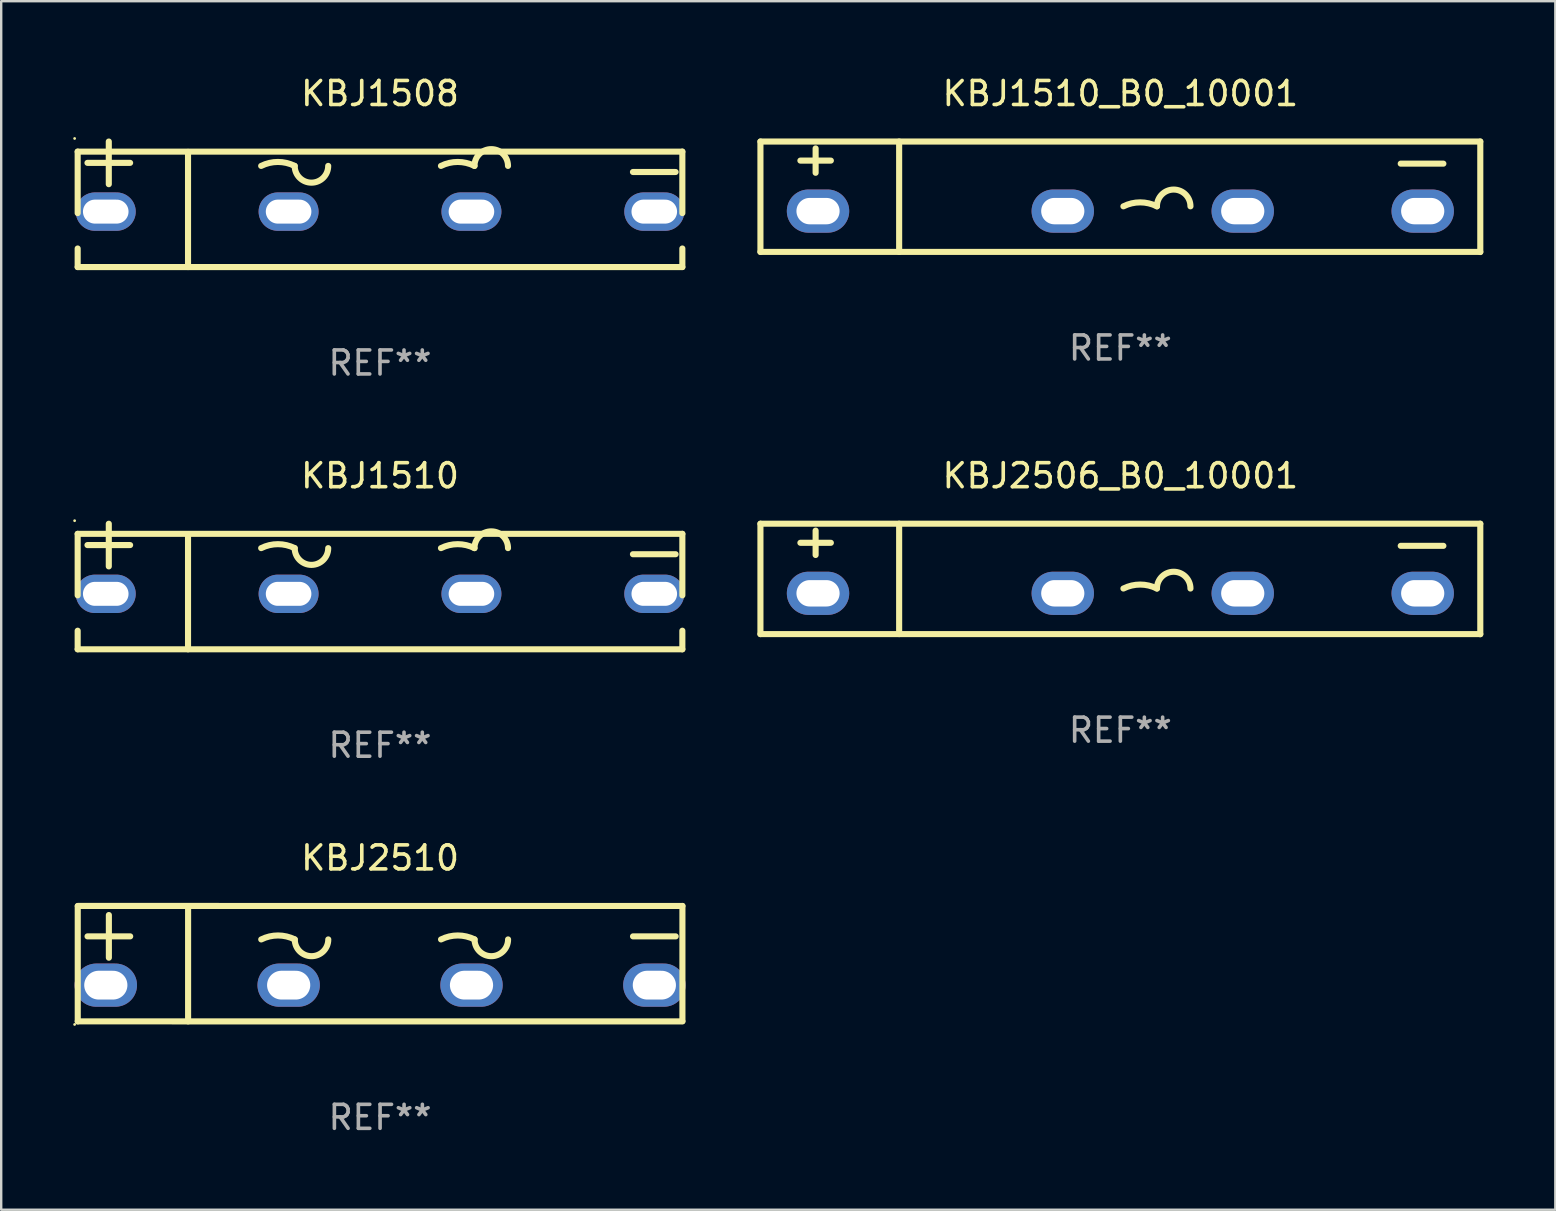
<source format=kicad_pcb>
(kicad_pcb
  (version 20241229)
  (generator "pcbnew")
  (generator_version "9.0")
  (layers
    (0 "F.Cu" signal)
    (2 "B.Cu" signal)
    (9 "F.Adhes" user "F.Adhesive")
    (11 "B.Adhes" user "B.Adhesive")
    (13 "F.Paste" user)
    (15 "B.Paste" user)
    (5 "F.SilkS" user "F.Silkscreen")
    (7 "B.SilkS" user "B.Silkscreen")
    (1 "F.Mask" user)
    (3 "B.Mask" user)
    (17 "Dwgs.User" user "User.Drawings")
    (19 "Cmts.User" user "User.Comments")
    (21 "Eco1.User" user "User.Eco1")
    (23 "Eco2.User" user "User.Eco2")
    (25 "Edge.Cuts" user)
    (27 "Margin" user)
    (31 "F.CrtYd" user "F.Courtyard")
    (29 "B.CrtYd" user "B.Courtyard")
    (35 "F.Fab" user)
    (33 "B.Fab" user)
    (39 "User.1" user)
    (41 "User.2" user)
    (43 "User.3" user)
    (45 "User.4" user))
  (footprint "KBJ1510_B0_10001"
    (layer "F.Cu")
    (at 43.641 5.151)
    (property "Reference" "KBJ1510_B0_10001" (at 0 -4.303 0) (layer "F.SilkS") (effects (font (size 1 1) (thickness 0.15))))
    (attr through_hole)
    (fp_line (start -15 -2.303) (end -15 2.297) (stroke (width 0.254) (type solid)) (layer "F.SilkS"))
    (fp_line (start -15 -2.303) (end 15 -2.303) (stroke (width 0.254) (type solid)) (layer "F.SilkS"))
    (fp_line (start -15 2.297) (end 15 2.297) (stroke (width 0.254) (type solid)) (layer "F.SilkS"))
    (fp_line (start -13.335 -1.508) (end -12.065 -1.508) (stroke (width 0.254) (type solid)) (layer "F.SilkS"))
    (fp_line (start -12.7 -1) (end -12.7 -2.016) (stroke (width 0.254) (type solid)) (layer "F.SilkS"))
    (fp_line (start -9.219 -2.303) (end -9.219 2.297) (stroke (width 0.254) (type solid)) (layer "F.SilkS"))
    (fp_line (start 11.684 -1.381) (end 13.462 -1.381) (stroke (width 0.254) (type solid)) (layer "F.SilkS"))
    (fp_line (start 15 -2.303) (end 15 2.303) (stroke (width 0.254) (type solid)) (layer "F.SilkS"))
    (fp_arc (start 0.127 0.397498) (mid 0.825502 0.232604) (end 1.524003 0.397498) (stroke (width 0.254001) (type solid)) (layer "F.SilkS"))
    (fp_arc (start 1.524002 0.397498) (mid 2.222504 -0.301004) (end 2.921006 0.397498) (stroke (width 0.254001) (type solid)) (layer "F.SilkS"))
    (fp_circle (center -15 -2.27) (end -14.97 -2.27) (stroke (width 0.06) (type solid)) (fill no) (layer "F.SilkS"))
    (fp_text user "REF**" (at 0 6.303 0) (layer "F.Fab") (effects (font (size 1 1) (thickness 0.15))))
    (pad "1" thru_hole oval (at -12.6 0.597 90) (size 1.8 2.6) (drill oval 1.1 1.8) (layers "*.Cu" "*.Mask"))
    (pad "2" thru_hole oval (at -2.4 0.597 90) (size 1.8 2.6) (drill oval 1.1 1.8) (layers "*.Cu" "*.Mask"))
    (pad "3" thru_hole oval (at 5.1 0.597 90) (size 1.8 2.6) (drill oval 1.1 1.8) (layers "*.Cu" "*.Mask"))
    (pad "4" thru_hole oval (at 12.6 0.597 90) (size 1.8 2.6) (drill oval 1.1 1.8) (layers "*.Cu" "*.Mask")))
  (footprint "KBJ2506_B0_10001"
    (layer "F.Cu")
    (at 43.641 21.079)
    (property "Reference" "KBJ2506_B0_10001" (at 0 -4.303 0) (layer "F.SilkS") (effects (font (size 1 1) (thickness 0.15))))
    (attr through_hole)
    (fp_line (start -15 -2.303) (end -15 2.297) (stroke (width 0.254) (type solid)) (layer "F.SilkS"))
    (fp_line (start -15 -2.303) (end 15 -2.303) (stroke (width 0.254) (type solid)) (layer "F.SilkS"))
    (fp_line (start -15 2.297) (end 15 2.297) (stroke (width 0.254) (type solid)) (layer "F.SilkS"))
    (fp_line (start -13.335 -1.508) (end -12.065 -1.508) (stroke (width 0.254) (type solid)) (layer "F.SilkS"))
    (fp_line (start -12.7 -1) (end -12.7 -2.016) (stroke (width 0.254) (type solid)) (layer "F.SilkS"))
    (fp_line (start -9.219 -2.303) (end -9.219 2.297) (stroke (width 0.254) (type solid)) (layer "F.SilkS"))
    (fp_line (start 11.684 -1.381) (end 13.462 -1.381) (stroke (width 0.254) (type solid)) (layer "F.SilkS"))
    (fp_line (start 15 -2.303) (end 15 2.303) (stroke (width 0.254) (type solid)) (layer "F.SilkS"))
    (fp_arc (start 0.127 0.397498) (mid 0.825502 0.232604) (end 1.524003 0.397498) (stroke (width 0.254001) (type solid)) (layer "F.SilkS"))
    (fp_arc (start 1.524002 0.397498) (mid 2.222504 -0.301004) (end 2.921006 0.397498) (stroke (width 0.254001) (type solid)) (layer "F.SilkS"))
    (fp_circle (center -15 -2.27) (end -14.97 -2.27) (stroke (width 0.06) (type solid)) (fill no) (layer "F.SilkS"))
    (fp_text user "REF**" (at 0 6.303 0) (layer "F.Fab") (effects (font (size 1 1) (thickness 0.15))))
    (pad "1" thru_hole oval (at -12.6 0.597 90) (size 1.8 2.6) (drill oval 1.1 1.8) (layers "*.Cu" "*.Mask"))
    (pad "2" thru_hole oval (at -2.4 0.597 90) (size 1.8 2.6) (drill oval 1.1 1.8) (layers "*.Cu" "*.Mask"))
    (pad "3" thru_hole oval (at 5.1 0.597 90) (size 1.8 2.6) (drill oval 1.1 1.8) (layers "*.Cu" "*.Mask"))
    (pad "4" thru_hole oval (at 12.6 0.597 90) (size 1.8 2.6) (drill oval 1.1 1.8) (layers "*.Cu" "*.Mask")))
  (footprint "KBJ1508"
    (layer "F.Cu")
    (at 12.787 5.464)
    (property "Reference" "KBJ1508" (at 0 -4.616 0) (layer "F.SilkS") (effects (font (size 1 1) (thickness 0.15))))
    (attr through_hole)
    (fp_line (start -12.6 -2.195) (end -12.6 0.368) (stroke (width 0.254) (type solid)) (layer "F.SilkS"))
    (fp_line (start -12.6 -2.195) (end 12.6 -2.195) (stroke (width 0.254) (type solid)) (layer "F.SilkS"))
    (fp_line (start -12.6 1.842) (end -12.6 2.616) (stroke (width 0.254) (type solid)) (layer "F.SilkS"))
    (fp_line (start -12.192 -1.727) (end -10.414 -1.727) (stroke (width 0.254) (type solid)) (layer "F.SilkS"))
    (fp_line (start -11.303 -0.838) (end -11.303 -2.616) (stroke (width 0.254) (type solid)) (layer "F.SilkS"))
    (fp_line (start -8.001 2.616) (end -8.001 -2.184) (stroke (width 0.254) (type solid)) (layer "F.SilkS"))
    (fp_line (start 10.541 -1.346) (end 12.319 -1.346) (stroke (width 0.254) (type solid)) (layer "F.SilkS"))
    (fp_line (start 12.6 -2.195) (end 12.6 0.368) (stroke (width 0.254) (type solid)) (layer "F.SilkS"))
    (fp_line (start 12.6 1.842) (end 12.6 2.616) (stroke (width 0.254) (type solid)) (layer "F.SilkS"))
    (fp_line (start 12.6 2.616) (end -12.6 2.616) (stroke (width 0.254) (type solid)) (layer "F.SilkS"))
    (fp_arc (start -4.95301 -1.600025) (mid -4.254509 -1.764919) (end -3.556008 -1.600025) (stroke (width 0.254001) (type solid)) (layer "F.SilkS"))
    (fp_arc (start -2.159004 -1.600025) (mid -2.857506 -0.901523) (end -3.556008 -1.600025) (stroke (width 0.254001) (type solid)) (layer "F.SilkS"))
    (fp_arc (start 2.540005 -1.600025) (mid 3.238506 -1.764919) (end 3.937007 -1.600025) (stroke (width 0.254001) (type solid)) (layer "F.SilkS"))
    (fp_arc (start 3.937007 -1.600025) (mid 4.635509 -2.298527) (end 5.334011 -1.600025) (stroke (width 0.254001) (type solid)) (layer "F.SilkS"))
    (fp_circle (center -12.727 -2.743) (end -12.697 -2.743) (stroke (width 0.06) (type solid)) (fill no) (layer "F.SilkS"))
    (fp_text user "REF**" (at 0 6.616 0) (layer "F.Fab") (effects (font (size 1 1) (thickness 0.15))))
    (pad "1" thru_hole oval (at -11.43 0.305) (size 2.5 1.6) (drill oval 1.9 1) (layers "*.Cu" "*.Mask"))
    (pad "2" thru_hole oval (at -3.81 0.305) (size 2.5 1.6) (drill oval 1.9 1) (layers "*.Cu" "*.Mask"))
    (pad "3" thru_hole oval (at 3.81 0.305) (size 2.5 1.6) (drill oval 1.9 1) (layers "*.Cu" "*.Mask"))
    (pad "4" thru_hole oval (at 11.43 0.305) (size 2.5 1.6) (drill oval 1.9 1) (layers "*.Cu" "*.Mask")))
  (footprint "KBJ1510"
    (layer "F.Cu")
    (at 12.787 21.393)
    (property "Reference" "KBJ1510" (at 0 -4.616 0) (layer "F.SilkS") (effects (font (size 1 1) (thickness 0.15))))
    (attr through_hole)
    (fp_line (start -12.6 -2.195) (end -12.6 0.368) (stroke (width 0.254) (type solid)) (layer "F.SilkS"))
    (fp_line (start -12.6 -2.195) (end 12.6 -2.195) (stroke (width 0.254) (type solid)) (layer "F.SilkS"))
    (fp_line (start -12.6 1.842) (end -12.6 2.616) (stroke (width 0.254) (type solid)) (layer "F.SilkS"))
    (fp_line (start -12.192 -1.727) (end -10.414 -1.727) (stroke (width 0.254) (type solid)) (layer "F.SilkS"))
    (fp_line (start -11.303 -0.838) (end -11.303 -2.616) (stroke (width 0.254) (type solid)) (layer "F.SilkS"))
    (fp_line (start -8.001 2.616) (end -8.001 -2.184) (stroke (width 0.254) (type solid)) (layer "F.SilkS"))
    (fp_line (start 10.541 -1.346) (end 12.319 -1.346) (stroke (width 0.254) (type solid)) (layer "F.SilkS"))
    (fp_line (start 12.6 -2.195) (end 12.6 0.368) (stroke (width 0.254) (type solid)) (layer "F.SilkS"))
    (fp_line (start 12.6 1.842) (end 12.6 2.616) (stroke (width 0.254) (type solid)) (layer "F.SilkS"))
    (fp_line (start 12.6 2.616) (end -12.6 2.616) (stroke (width 0.254) (type solid)) (layer "F.SilkS"))
    (fp_arc (start -4.95301 -1.600025) (mid -4.254509 -1.764919) (end -3.556008 -1.600025) (stroke (width 0.254001) (type solid)) (layer "F.SilkS"))
    (fp_arc (start -2.159004 -1.600025) (mid -2.857506 -0.901523) (end -3.556008 -1.600025) (stroke (width 0.254001) (type solid)) (layer "F.SilkS"))
    (fp_arc (start 2.540005 -1.600025) (mid 3.238506 -1.764919) (end 3.937007 -1.600025) (stroke (width 0.254001) (type solid)) (layer "F.SilkS"))
    (fp_arc (start 3.937007 -1.600025) (mid 4.635509 -2.298527) (end 5.334011 -1.600025) (stroke (width 0.254001) (type solid)) (layer "F.SilkS"))
    (fp_circle (center -12.727 -2.743) (end -12.697 -2.743) (stroke (width 0.06) (type solid)) (fill no) (layer "F.SilkS"))
    (fp_text user "REF**" (at 0 6.616 0) (layer "F.Fab") (effects (font (size 1 1) (thickness 0.15))))
    (pad "1" thru_hole oval (at -11.43 0.305) (size 2.5 1.6) (drill oval 1.9 1) (layers "*.Cu" "*.Mask"))
    (pad "2" thru_hole oval (at -3.81 0.305) (size 2.5 1.6) (drill oval 1.9 1) (layers "*.Cu" "*.Mask"))
    (pad "3" thru_hole oval (at 3.81 0.305) (size 2.5 1.6) (drill oval 1.9 1) (layers "*.Cu" "*.Mask"))
    (pad "4" thru_hole oval (at 11.43 0.305) (size 2.5 1.6) (drill oval 1.9 1) (layers "*.Cu" "*.Mask")))
  (footprint "KBJ2510"
    (layer "F.Cu")
    (at 12.79 37.111)
    (property "Reference" "KBJ2510" (at 0 -4.406 0) (layer "F.SilkS") (effects (font (size 1 1) (thickness 0.15))))
    (attr through_hole)
    (fp_line (start -12.6 -2.406) (end 12.6 -2.405) (stroke (width 0.254) (type solid)) (layer "F.SilkS"))
    (fp_line (start -12.6 2.406) (end -12.6 -2.395) (stroke (width 0.254) (type solid)) (layer "F.SilkS"))
    (fp_line (start -12.192 -1.138) (end -10.414 -1.138) (stroke (width 0.254) (type solid)) (layer "F.SilkS"))
    (fp_line (start -11.303 -0.249) (end -11.303 -2.027) (stroke (width 0.254) (type solid)) (layer "F.SilkS"))
    (fp_line (start -8.001 2.405) (end -8.001 -2.395) (stroke (width 0.254) (type solid)) (layer "F.SilkS"))
    (fp_line (start 10.541 -1.138) (end 12.319 -1.138) (stroke (width 0.254) (type solid)) (layer "F.SilkS"))
    (fp_line (start 12.6 -2.406) (end 12.6 2.395) (stroke (width 0.254) (type solid)) (layer "F.SilkS"))
    (fp_line (start 12.6 2.406) (end -12.6 2.405) (stroke (width 0.254) (type solid)) (layer "F.SilkS"))
    (fp_arc (start -4.95301 -1.010503) (mid -4.254509 -1.175397) (end -3.556007 -1.010503) (stroke (width 0.254001) (type solid)) (layer "F.SilkS"))
    (fp_arc (start -2.159004 -1.010503) (mid -2.857506 -0.312001) (end -3.556008 -1.010503) (stroke (width 0.254001) (type solid)) (layer "F.SilkS"))
    (fp_arc (start 2.540005 -1.010503) (mid 3.238506 -1.175397) (end 3.937008 -1.010503) (stroke (width 0.254001) (type solid)) (layer "F.SilkS"))
    (fp_arc (start 5.334011 -1.010503) (mid 4.635509 -0.312001) (end 3.937007 -1.010503) (stroke (width 0.254001) (type solid)) (layer "F.SilkS"))
    (fp_circle (center -12.73 2.533) (end -12.7 2.533) (stroke (width 0.06) (type solid)) (fill no) (layer "F.SilkS"))
    (fp_text user "REF**" (at 0 6.406 0) (layer "F.Fab") (effects (font (size 1 1) (thickness 0.15))))
    (pad "1" thru_hole oval (at -11.43 0.895 90) (size 1.8 2.6) (drill oval 1.2 1.8) (layers "*.Cu" "*.Mask"))
    (pad "2" thru_hole oval (at -3.81 0.895 90) (size 1.8 2.6) (drill oval 1.2 1.8) (layers "*.Cu" "*.Mask"))
    (pad "3" thru_hole oval (at 3.81 0.895 90) (size 1.8 2.6) (drill oval 1.2 1.8) (layers "*.Cu" "*.Mask"))
    (pad "4" thru_hole oval (at 11.43 0.895 90) (size 1.8 2.6) (drill oval 1.2 1.8) (layers "*.Cu" "*.Mask")))
  (gr_rect
    (start -3 -3)
    (end 61.768 47.365)
    (stroke (width 0.1) (type default))
    (fill no)
    (layer "Edge.Cuts")))
</source>
